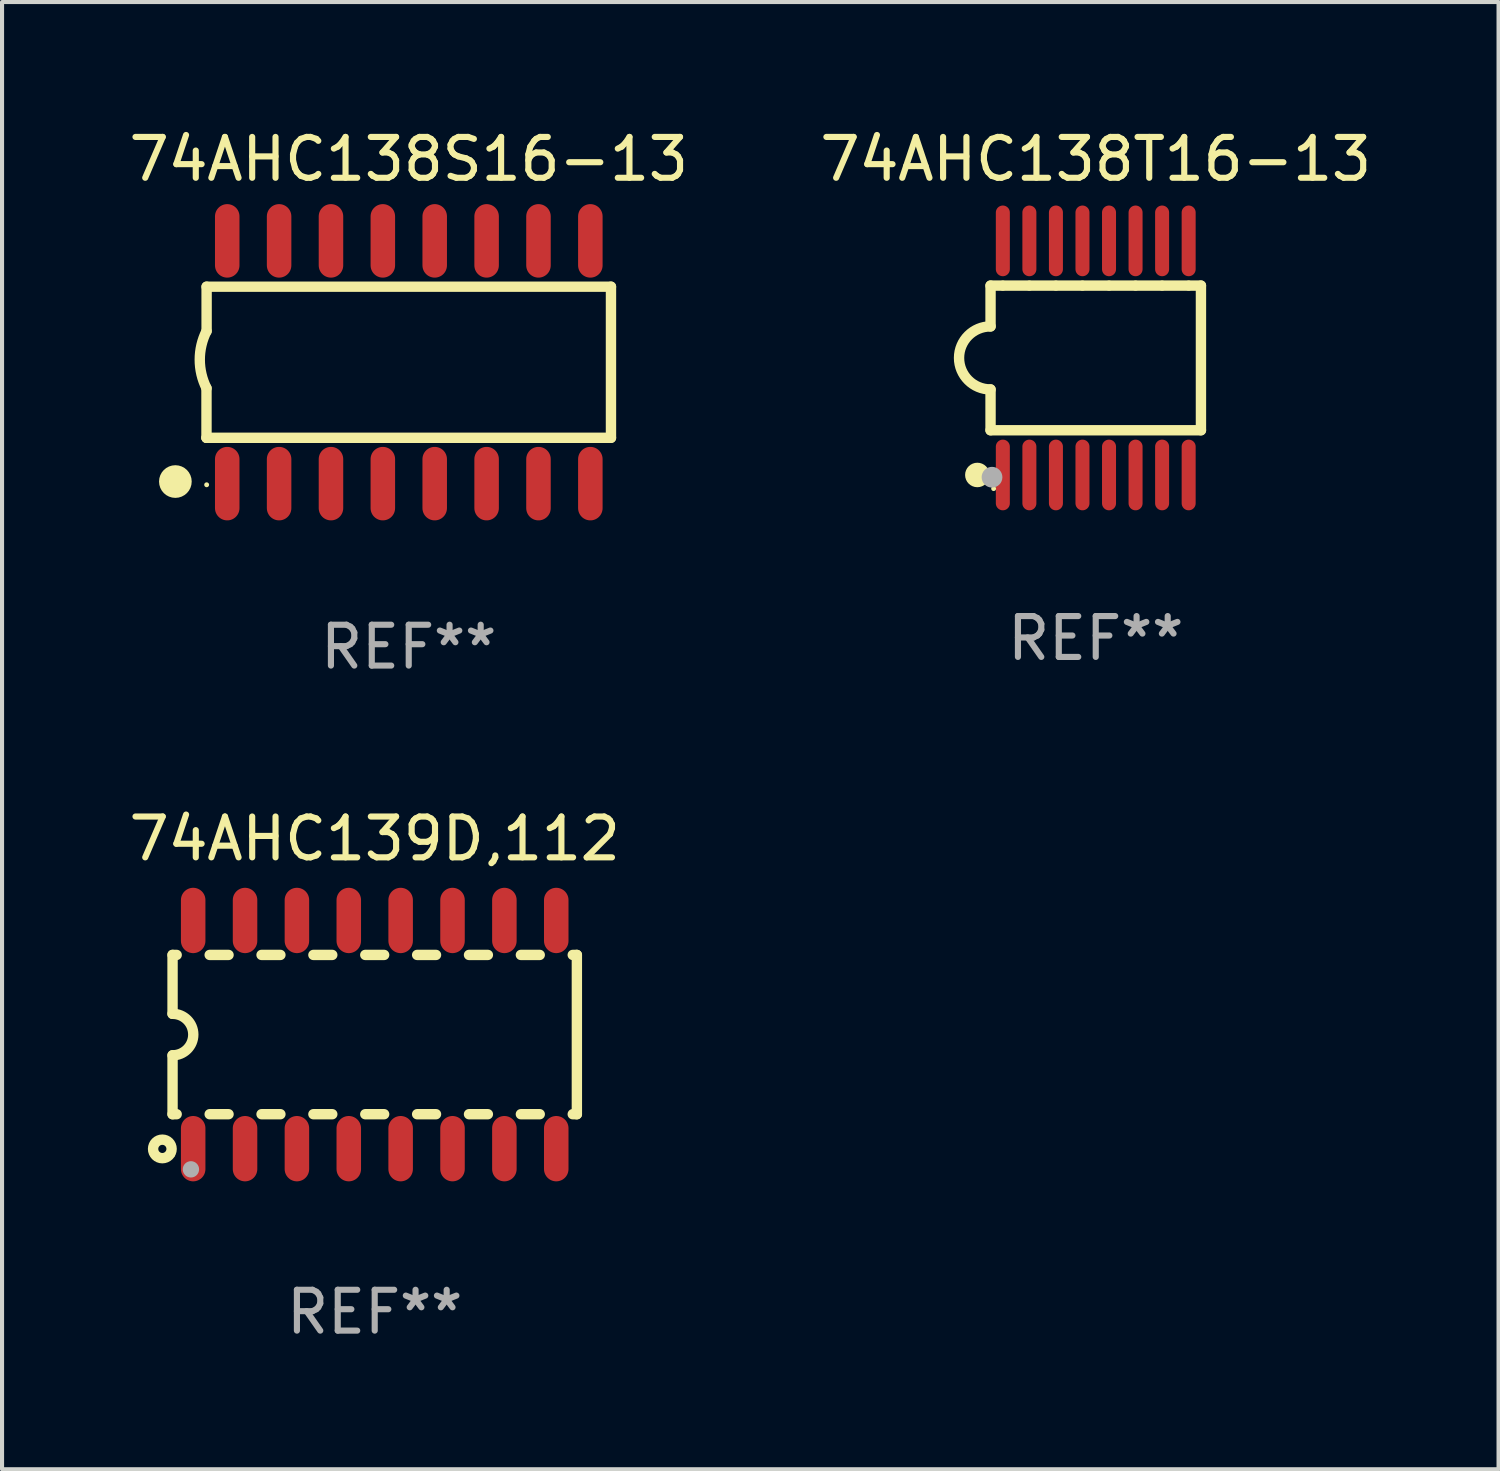
<source format=kicad_pcb>
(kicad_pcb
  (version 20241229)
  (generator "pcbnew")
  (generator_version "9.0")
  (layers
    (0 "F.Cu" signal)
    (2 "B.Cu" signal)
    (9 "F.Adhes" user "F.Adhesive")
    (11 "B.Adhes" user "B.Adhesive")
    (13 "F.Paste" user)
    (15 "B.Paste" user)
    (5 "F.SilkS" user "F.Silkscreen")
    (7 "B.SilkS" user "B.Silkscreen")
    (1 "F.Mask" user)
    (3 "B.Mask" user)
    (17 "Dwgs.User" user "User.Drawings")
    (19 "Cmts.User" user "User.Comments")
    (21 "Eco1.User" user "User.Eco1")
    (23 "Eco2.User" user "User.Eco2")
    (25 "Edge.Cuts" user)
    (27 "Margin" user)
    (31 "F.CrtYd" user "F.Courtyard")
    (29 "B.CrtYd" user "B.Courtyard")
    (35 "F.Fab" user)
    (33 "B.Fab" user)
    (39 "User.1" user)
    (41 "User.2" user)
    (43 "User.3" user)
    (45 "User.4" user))
  (footprint "74AHC138T16-13"
    (layer "F.Cu")
    (at 23.78 5.714)
    (property "Reference" "74AHC138T16-13" (at 0 -4.866 0) (layer "F.SilkS") (effects (font (size 1 1) (thickness 0.15))))
    (attr through_hole)
    (fp_line (start -2.576 -1.771) (end -2.576 -0.771) (stroke (width 0.254) (type solid)) (layer "F.SilkS"))
    (fp_line (start -2.576 -1.771) (end -2.289 -1.771) (stroke (width 0.254) (type solid)) (layer "F.SilkS"))
    (fp_line (start -2.576 1.771) (end -2.576 0.771) (stroke (width 0.254) (type solid)) (layer "F.SilkS"))
    (fp_line (start -2.261 -1.771) (end -1.639 -1.771) (stroke (width 0.254) (type solid)) (layer "F.SilkS"))
    (fp_line (start -1.612 -1.771) (end -0.989 -1.771) (stroke (width 0.254) (type solid)) (layer "F.SilkS"))
    (fp_line (start -0.962 -1.771) (end -0.338 -1.771) (stroke (width 0.254) (type solid)) (layer "F.SilkS"))
    (fp_line (start -0.311 -1.771) (end 0.312 -1.771) (stroke (width 0.254) (type solid)) (layer "F.SilkS"))
    (fp_line (start 0.339 -1.771) (end 0.962 -1.771) (stroke (width 0.254) (type solid)) (layer "F.SilkS"))
    (fp_line (start 0.989 -1.771) (end 1.612 -1.771) (stroke (width 0.254) (type solid)) (layer "F.SilkS"))
    (fp_line (start 1.639 -1.771) (end 2.261 -1.771) (stroke (width 0.254) (type solid)) (layer "F.SilkS"))
    (fp_line (start 2.289 -1.771) (end 2.576 -1.771) (stroke (width 0.254) (type solid)) (layer "F.SilkS"))
    (fp_line (start 2.576 -1.771) (end 2.576 1.771) (stroke (width 0.254) (type solid)) (layer "F.SilkS"))
    (fp_line (start 2.576 1.771) (end -2.576 1.771) (stroke (width 0.254) (type solid)) (layer "F.SilkS"))
    (fp_arc (start -2.576226 0.7714) (mid -3.346889 -0.000648) (end -2.575311 -0.771781) (stroke (width 0.254001) (type solid)) (layer "F.SilkS"))
    (fp_circle (center -2.899 2.866) (end -2.749 2.866) (stroke (width 0.3) (type solid)) (fill no) (layer "F.SilkS"))
    (fp_circle (center -2.5 3.2) (end -2.47 3.2) (stroke (width 0.06) (type solid)) (fill no) (layer "F.SilkS"))
    (fp_circle (center -2.54 2.921) (end -2.413 2.921) (stroke (width 0.254) (type solid)) (fill no) (layer "F.Fab"))
    (fp_text user "REF**" (at 0 6.866 0) (layer "F.Fab") (effects (font (size 1 1) (thickness 0.15))))
    (pad "1" smd oval (at -2.275 2.866) (size 0.343 1.731) (layers "F.Cu" "F.Mask" "F.Paste"))
    (pad "2" smd oval (at -1.625 2.866) (size 0.343 1.731) (layers "F.Cu" "F.Mask" "F.Paste"))
    (pad "3" smd oval (at -0.975 2.866) (size 0.343 1.731) (layers "F.Cu" "F.Mask" "F.Paste"))
    (pad "4" smd oval (at -0.325 2.866) (size 0.343 1.731) (layers "F.Cu" "F.Mask" "F.Paste"))
    (pad "5" smd oval (at 0.325 2.866) (size 0.343 1.731) (layers "F.Cu" "F.Mask" "F.Paste"))
    (pad "6" smd oval (at 0.975 2.866) (size 0.343 1.731) (layers "F.Cu" "F.Mask" "F.Paste"))
    (pad "7" smd oval (at 1.625 2.866) (size 0.343 1.731) (layers "F.Cu" "F.Mask" "F.Paste"))
    (pad "8" smd oval (at 2.275 2.866) (size 0.343 1.731) (layers "F.Cu" "F.Mask" "F.Paste"))
    (pad "9" smd oval (at 2.275 -2.866) (size 0.343 1.731) (layers "F.Cu" "F.Mask" "F.Paste"))
    (pad "10" smd oval (at 1.625 -2.866) (size 0.343 1.731) (layers "F.Cu" "F.Mask" "F.Paste"))
    (pad "11" smd oval (at 0.975 -2.866) (size 0.343 1.731) (layers "F.Cu" "F.Mask" "F.Paste"))
    (pad "12" smd oval (at 0.325 -2.866) (size 0.343 1.731) (layers "F.Cu" "F.Mask" "F.Paste"))
    (pad "13" smd oval (at -0.325 -2.866) (size 0.343 1.731) (layers "F.Cu" "F.Mask" "F.Paste"))
    (pad "14" smd oval (at -0.975 -2.866) (size 0.343 1.731) (layers "F.Cu" "F.Mask" "F.Paste"))
    (pad "15" smd oval (at -1.625 -2.866) (size 0.343 1.731) (layers "F.Cu" "F.Mask" "F.Paste"))
    (pad "16" smd oval (at -2.275 -2.866) (size 0.343 1.731) (layers "F.Cu" "F.Mask" "F.Paste")))
  (footprint "74AHC138S16-13"
    (layer "F.Cu")
    (at 6.958 5.82)
    (property "Reference" "74AHC138S16-13" (at 0 -4.972 0) (layer "F.SilkS") (effects (font (size 1 1) (thickness 0.15))))
    (attr through_hole)
    (fp_line (start -4.952 0.635) (end -4.952 1.85) (stroke (width 0.254) (type solid)) (layer "F.SilkS"))
    (fp_line (start -4.952 1.85) (end -4.949 1.85) (stroke (width 0.254) (type solid)) (layer "F.SilkS"))
    (fp_line (start -4.949 -1.85) (end -4.949 -0.762) (stroke (width 0.254) (type solid)) (layer "F.SilkS"))
    (fp_line (start -4.949 1.85) (end 4.952 1.85) (stroke (width 0.254) (type solid)) (layer "F.SilkS"))
    (fp_line (start 4.952 -1.85) (end -4.949 -1.85) (stroke (width 0.254) (type solid)) (layer "F.SilkS"))
    (fp_line (start 4.952 1.85) (end 4.952 -1.85) (stroke (width 0.254) (type solid)) (layer "F.SilkS"))
    (fp_arc (start -4.951512 0.635) (mid -5.116405 -0.063501) (end -4.951511 -0.762002) (stroke (width 0.254001) (type solid)) (layer "F.SilkS"))
    (fp_circle (center -5.714 2.921) (end -5.514 2.921) (stroke (width 0.4) (type solid)) (fill no) (layer "F.SilkS"))
    (fp_circle (center -4.948 3) (end -4.918 3) (stroke (width 0.06) (type solid)) (fill no) (layer "F.SilkS"))
    (fp_text user "REF**" (at 0 6.972 0) (layer "F.Fab") (effects (font (size 1 1) (thickness 0.15))))
    (pad "1" smd oval (at -4.444 2.972 180) (size 0.6 1.8) (layers "F.Cu" "F.Mask" "F.Paste"))
    (pad "2" smd oval (at -3.174 2.972 180) (size 0.6 1.8) (layers "F.Cu" "F.Mask" "F.Paste"))
    (pad "3" smd oval (at -1.904 2.972 180) (size 0.6 1.8) (layers "F.Cu" "F.Mask" "F.Paste"))
    (pad "4" smd oval (at -0.634 2.972 180) (size 0.6 1.8) (layers "F.Cu" "F.Mask" "F.Paste"))
    (pad "5" smd oval (at 0.636 2.972 180) (size 0.6 1.8) (layers "F.Cu" "F.Mask" "F.Paste"))
    (pad "6" smd oval (at 1.907 2.972 180) (size 0.6 1.8) (layers "F.Cu" "F.Mask" "F.Paste"))
    (pad "7" smd oval (at 3.177 2.972 180) (size 0.6 1.8) (layers "F.Cu" "F.Mask" "F.Paste"))
    (pad "8" smd oval (at 4.447 2.972 180) (size 0.6 1.8) (layers "F.Cu" "F.Mask" "F.Paste"))
    (pad "9" smd oval (at 4.447 -2.972 180) (size 0.6 1.8) (layers "F.Cu" "F.Mask" "F.Paste"))
    (pad "10" smd oval (at 3.177 -2.972 180) (size 0.6 1.8) (layers "F.Cu" "F.Mask" "F.Paste"))
    (pad "11" smd oval (at 1.907 -2.972 180) (size 0.6 1.8) (layers "F.Cu" "F.Mask" "F.Paste"))
    (pad "12" smd oval (at 0.636 -2.972 180) (size 0.6 1.8) (layers "F.Cu" "F.Mask" "F.Paste"))
    (pad "13" smd oval (at -0.634 -2.972 180) (size 0.6 1.8) (layers "F.Cu" "F.Mask" "F.Paste"))
    (pad "14" smd oval (at -1.904 -2.972 180) (size 0.6 1.8) (layers "F.Cu" "F.Mask" "F.Paste"))
    (pad "15" smd oval (at -3.174 -2.972 180) (size 0.6 1.8) (layers "F.Cu" "F.Mask" "F.Paste"))
    (pad "16" smd oval (at -4.444 -2.972 180) (size 0.6 1.8) (layers "F.Cu" "F.Mask" "F.Paste")))
  (footprint "74AHC139D,112"
    (layer "F.Cu")
    (at 6.125 22.282)
    (property "Reference" "74AHC139D,112" (at 0 -4.794 0) (layer "F.SilkS") (effects (font (size 1 1) (thickness 0.15))))
    (attr through_hole)
    (fp_line (start -4.95 -1.95) (end -4.95 -0.508) (stroke (width 0.254) (type solid)) (layer "F.SilkS"))
    (fp_line (start -4.95 -1.95) (end -4.849 -1.95) (stroke (width 0.254) (type solid)) (layer "F.SilkS"))
    (fp_line (start -4.95 1.95) (end -4.95 0.508) (stroke (width 0.254) (type solid)) (layer "F.SilkS"))
    (fp_line (start -4.95 1.95) (end -4.849 1.95) (stroke (width 0.254) (type solid)) (layer "F.SilkS"))
    (fp_line (start -4.041 -1.95) (end -3.579 -1.95) (stroke (width 0.254) (type solid)) (layer "F.SilkS"))
    (fp_line (start -4.041 1.95) (end -3.579 1.95) (stroke (width 0.254) (type solid)) (layer "F.SilkS"))
    (fp_line (start -2.771 -1.95) (end -2.309 -1.95) (stroke (width 0.254) (type solid)) (layer "F.SilkS"))
    (fp_line (start -2.771 1.95) (end -2.309 1.95) (stroke (width 0.254) (type solid)) (layer "F.SilkS"))
    (fp_line (start -1.501 -1.95) (end -1.039 -1.95) (stroke (width 0.254) (type solid)) (layer "F.SilkS"))
    (fp_line (start -1.501 1.95) (end -1.039 1.95) (stroke (width 0.254) (type solid)) (layer "F.SilkS"))
    (fp_line (start -0.231 -1.95) (end 0.231 -1.95) (stroke (width 0.254) (type solid)) (layer "F.SilkS"))
    (fp_line (start -0.231 1.95) (end 0.231 1.95) (stroke (width 0.254) (type solid)) (layer "F.SilkS"))
    (fp_line (start 1.039 -1.95) (end 1.501 -1.95) (stroke (width 0.254) (type solid)) (layer "F.SilkS"))
    (fp_line (start 1.039 1.95) (end 1.501 1.95) (stroke (width 0.254) (type solid)) (layer "F.SilkS"))
    (fp_line (start 2.309 -1.95) (end 2.771 -1.95) (stroke (width 0.254) (type solid)) (layer "F.SilkS"))
    (fp_line (start 2.309 1.95) (end 2.771 1.95) (stroke (width 0.254) (type solid)) (layer "F.SilkS"))
    (fp_line (start 3.579 -1.95) (end 4.041 -1.95) (stroke (width 0.254) (type solid)) (layer "F.SilkS"))
    (fp_line (start 3.579 1.95) (end 4.041 1.95) (stroke (width 0.254) (type solid)) (layer "F.SilkS"))
    (fp_line (start 4.849 -1.95) (end 4.95 -1.95) (stroke (width 0.254) (type solid)) (layer "F.SilkS"))
    (fp_line (start 4.849 1.95) (end 4.95 1.95) (stroke (width 0.254) (type solid)) (layer "F.SilkS"))
    (fp_line (start 4.95 -1.95) (end 4.95 1.95) (stroke (width 0.254) (type solid)) (layer "F.SilkS"))
    (fp_arc (start -4.95047 -0.508001) (mid -4.442469 -0.000228) (end -4.950013 0.508001) (stroke (width 0.254001) (type solid)) (layer "F.SilkS"))
    (fp_circle (center -5.2 2.8) (end -5.1 2.8) (stroke (width 0.254) (type solid)) (fill no) (layer "F.SilkS"))
    (fp_circle (center -4.95 2.947) (end -4.92 2.947) (stroke (width 0.06) (type solid)) (fill no) (layer "F.SilkS"))
    (fp_circle (center -4.5 3.3) (end -4.4 3.3) (stroke (width 0.2) (type solid)) (fill no) (layer "F.Fab"))
    (fp_text user "REF**" (at 0 6.794 0) (layer "F.Fab") (effects (font (size 1 1) (thickness 0.15))))
    (pad "1" smd oval (at -4.445 2.794) (size 0.6 1.6) (layers "F.Cu" "F.Mask" "F.Paste"))
    (pad "2" smd oval (at -3.175 2.794) (size 0.6 1.6) (layers "F.Cu" "F.Mask" "F.Paste"))
    (pad "3" smd oval (at -1.905 2.794) (size 0.6 1.6) (layers "F.Cu" "F.Mask" "F.Paste"))
    (pad "4" smd oval (at -0.635 2.794) (size 0.6 1.6) (layers "F.Cu" "F.Mask" "F.Paste"))
    (pad "5" smd oval (at 0.635 2.794) (size 0.6 1.6) (layers "F.Cu" "F.Mask" "F.Paste"))
    (pad "6" smd oval (at 1.905 2.794) (size 0.6 1.6) (layers "F.Cu" "F.Mask" "F.Paste"))
    (pad "7" smd oval (at 3.175 2.794) (size 0.6 1.6) (layers "F.Cu" "F.Mask" "F.Paste"))
    (pad "8" smd oval (at 4.445 2.794) (size 0.6 1.6) (layers "F.Cu" "F.Mask" "F.Paste"))
    (pad "9" smd oval (at 4.445 -2.794) (size 0.6 1.6) (layers "F.Cu" "F.Mask" "F.Paste"))
    (pad "10" smd oval (at 3.175 -2.794) (size 0.6 1.6) (layers "F.Cu" "F.Mask" "F.Paste"))
    (pad "11" smd oval (at 1.905 -2.794) (size 0.6 1.6) (layers "F.Cu" "F.Mask" "F.Paste"))
    (pad "12" smd oval (at 0.635 -2.794) (size 0.6 1.6) (layers "F.Cu" "F.Mask" "F.Paste"))
    (pad "13" smd oval (at -0.635 -2.794) (size 0.6 1.6) (layers "F.Cu" "F.Mask" "F.Paste"))
    (pad "14" smd oval (at -1.905 -2.794) (size 0.6 1.6) (layers "F.Cu" "F.Mask" "F.Paste"))
    (pad "15" smd oval (at -3.175 -2.794) (size 0.6 1.6) (layers "F.Cu" "F.Mask" "F.Paste"))
    (pad "16" smd oval (at -4.445 -2.794) (size 0.6 1.6) (layers "F.Cu" "F.Mask" "F.Paste")))
  (gr_rect
    (start -3 -3)
    (end 33.643 32.925)
    (stroke (width 0.1) (type default))
    (fill no)
    (layer "Edge.Cuts")))
</source>
